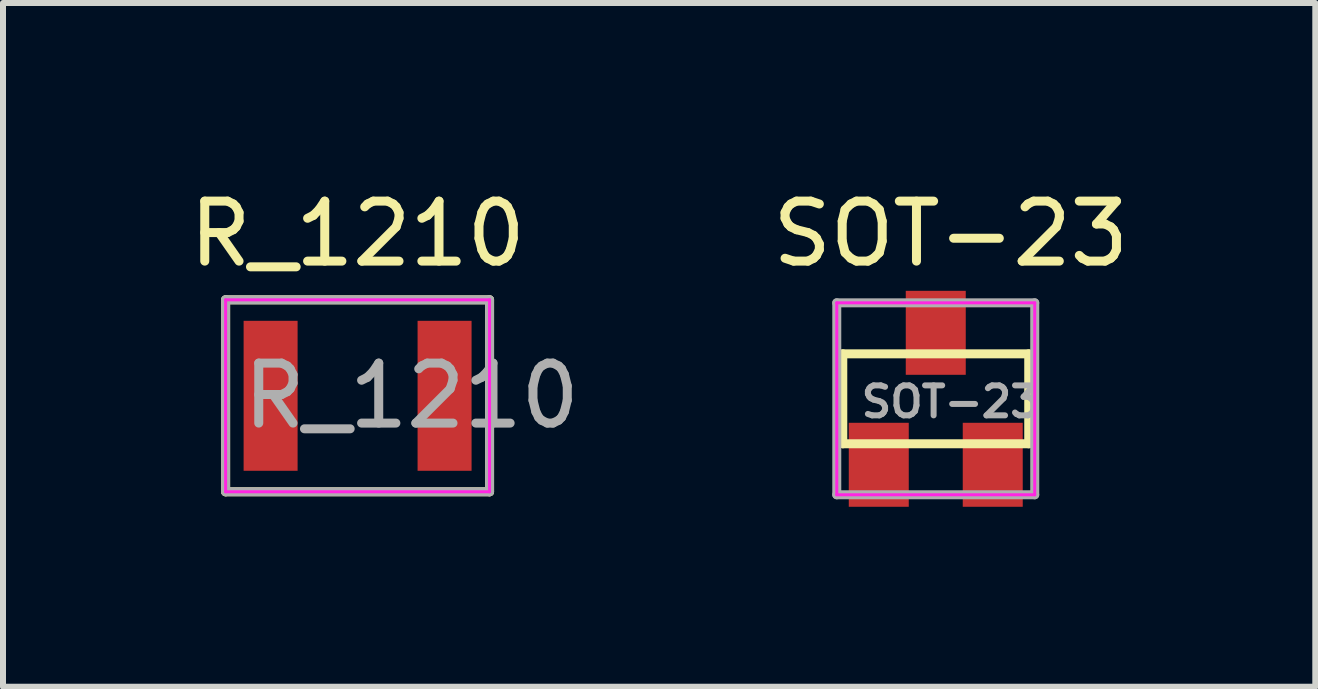
<source format=kicad_pcb>
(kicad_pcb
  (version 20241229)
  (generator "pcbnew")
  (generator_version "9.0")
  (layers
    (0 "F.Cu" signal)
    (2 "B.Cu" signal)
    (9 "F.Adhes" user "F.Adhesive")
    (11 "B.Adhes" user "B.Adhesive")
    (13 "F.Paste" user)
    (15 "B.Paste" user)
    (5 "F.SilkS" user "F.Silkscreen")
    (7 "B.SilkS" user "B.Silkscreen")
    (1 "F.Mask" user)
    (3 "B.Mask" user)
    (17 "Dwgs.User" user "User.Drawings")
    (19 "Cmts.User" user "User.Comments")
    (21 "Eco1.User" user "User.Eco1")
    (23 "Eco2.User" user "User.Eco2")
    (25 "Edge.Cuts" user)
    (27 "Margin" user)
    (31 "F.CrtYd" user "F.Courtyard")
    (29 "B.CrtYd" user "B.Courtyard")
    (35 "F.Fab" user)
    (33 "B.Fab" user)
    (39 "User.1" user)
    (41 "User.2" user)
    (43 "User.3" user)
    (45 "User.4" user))
  (footprint "R_1210"
    (layer "F.Cu")
    (at 2.911 3.548)
    (property "Reference" "R_1210" (at 0 -2.7 0) (layer "F.SilkS") (effects (font (size 1 1) (thickness 0.15))))
    (attr smd)
    (fp_line (start -2.2 -1.6) (end 2.2 -1.6) (stroke (width 0.15) (type solid)) (layer "F.SilkS"))
    (fp_line (start -2.2 1.6) (end -2.2 -1.6) (stroke (width 0.15) (type solid)) (layer "F.SilkS"))
    (fp_line (start 2.2 -1.6) (end 2.2 1.6) (stroke (width 0.15) (type solid)) (layer "F.SilkS"))
    (fp_line (start 2.2 1.6) (end -2.2 1.6) (stroke (width 0.15) (type solid)) (layer "F.SilkS"))
    (fp_line (start -2.2 -1.6) (end -2.2 1.6) (stroke (width 0.05) (type solid)) (layer "F.CrtYd"))
    (fp_line (start -2.2 -1.6) (end 2.2 -1.6) (stroke (width 0.05) (type solid)) (layer "F.CrtYd"))
    (fp_line (start -2.2 1.6) (end 2.2 1.6) (stroke (width 0.05) (type solid)) (layer "F.CrtYd"))
    (fp_line (start 2.2 -1.6) (end 2.2 1.6) (stroke (width 0.05) (type solid)) (layer "F.CrtYd"))
    (fp_line (start -2.2 -1.6) (end 2.2 -1.6) (stroke (width 0.15) (type solid)) (layer "F.Fab"))
    (fp_line (start -2.2 1.6) (end -2.2 -1.6) (stroke (width 0.15) (type solid)) (layer "F.Fab"))
    (fp_line (start 2.2 -1.6) (end 2.2 1.6) (stroke (width 0.15) (type solid)) (layer "F.Fab"))
    (fp_line (start 2.2 1.6) (end -2.2 1.6) (stroke (width 0.15) (type solid)) (layer "F.Fab"))
    (fp_text user "${REFERENCE}" (at 0.9 0 0) (layer "F.Fab") (effects (font (size 1 1) (thickness 0.15))))
    (pad "1" smd rect (at -1.45 0) (size 0.9 2.5) (layers "F.Cu" "F.Mask" "F.Paste"))
    (pad "2" smd rect (at 1.45 0) (size 0.9 2.5) (layers "F.Cu" "F.Mask" "F.Paste")))
  (footprint "SOT-23"
    (layer "F.Cu")
    (at 12.549 3.598)
    (property "Reference" "SOT-23" (at 0.25 -2.75 0) (layer "F.SilkS") (effects (font (size 1 1) (thickness 0.15))))
    (attr smd)
    (fp_line (start -1.55 -0.75) (end 1.55 -0.75) (stroke (width 0.15) (type solid)) (layer "F.SilkS"))
    (fp_line (start -1.55 0.75) (end -1.55 -0.75) (stroke (width 0.15) (type solid)) (layer "F.SilkS"))
    (fp_line (start 1.55 -0.75) (end 1.55 0.75) (stroke (width 0.15) (type solid)) (layer "F.SilkS"))
    (fp_line (start 1.55 0.75) (end -1.55 0.75) (stroke (width 0.15) (type solid)) (layer "F.SilkS"))
    (fp_line (start -1.65 -1.6) (end 1.65 -1.6) (stroke (width 0.05) (type solid)) (layer "F.CrtYd"))
    (fp_line (start -1.65 1.6) (end -1.65 -1.6) (stroke (width 0.05) (type solid)) (layer "F.CrtYd"))
    (fp_line (start 1.65 -1.6) (end 1.65 1.6) (stroke (width 0.05) (type solid)) (layer "F.CrtYd"))
    (fp_line (start 1.65 1.6) (end -1.65 1.6) (stroke (width 0.05) (type solid)) (layer "F.CrtYd"))
    (fp_line (start -1.65 -1.6) (end 1.65 -1.6) (stroke (width 0.15) (type solid)) (layer "F.Fab"))
    (fp_line (start -1.65 1.6) (end -1.65 -1.6) (stroke (width 0.15) (type solid)) (layer "F.Fab"))
    (fp_line (start 1.65 -1.6) (end 1.65 1.6) (stroke (width 0.15) (type solid)) (layer "F.Fab"))
    (fp_line (start 1.65 1.6) (end -1.65 1.6) (stroke (width 0.15) (type solid)) (layer "F.Fab"))
    (fp_text user "${REFERENCE}" (at 0.25 0.05 0) (layer "F.Fab") (effects (font (size 0.5 0.5) (thickness 0.1))))
    (pad "1" smd rect (at -0.95 1.1) (size 1 1.4) (layers "F.Cu" "F.Mask" "F.Paste"))
    (pad "2" smd rect (at 0.95 1.1) (size 1 1.4) (layers "F.Cu" "F.Mask" "F.Paste"))
    (pad "3" smd rect (at 0 -1.1) (size 1 1.4) (layers "F.Cu" "F.Mask" "F.Paste")))
  (gr_rect
    (start -3 -3)
    (end 18.876 8.398)
    (stroke (width 0.1) (type default))
    (fill no)
    (layer "Edge.Cuts")))
</source>
